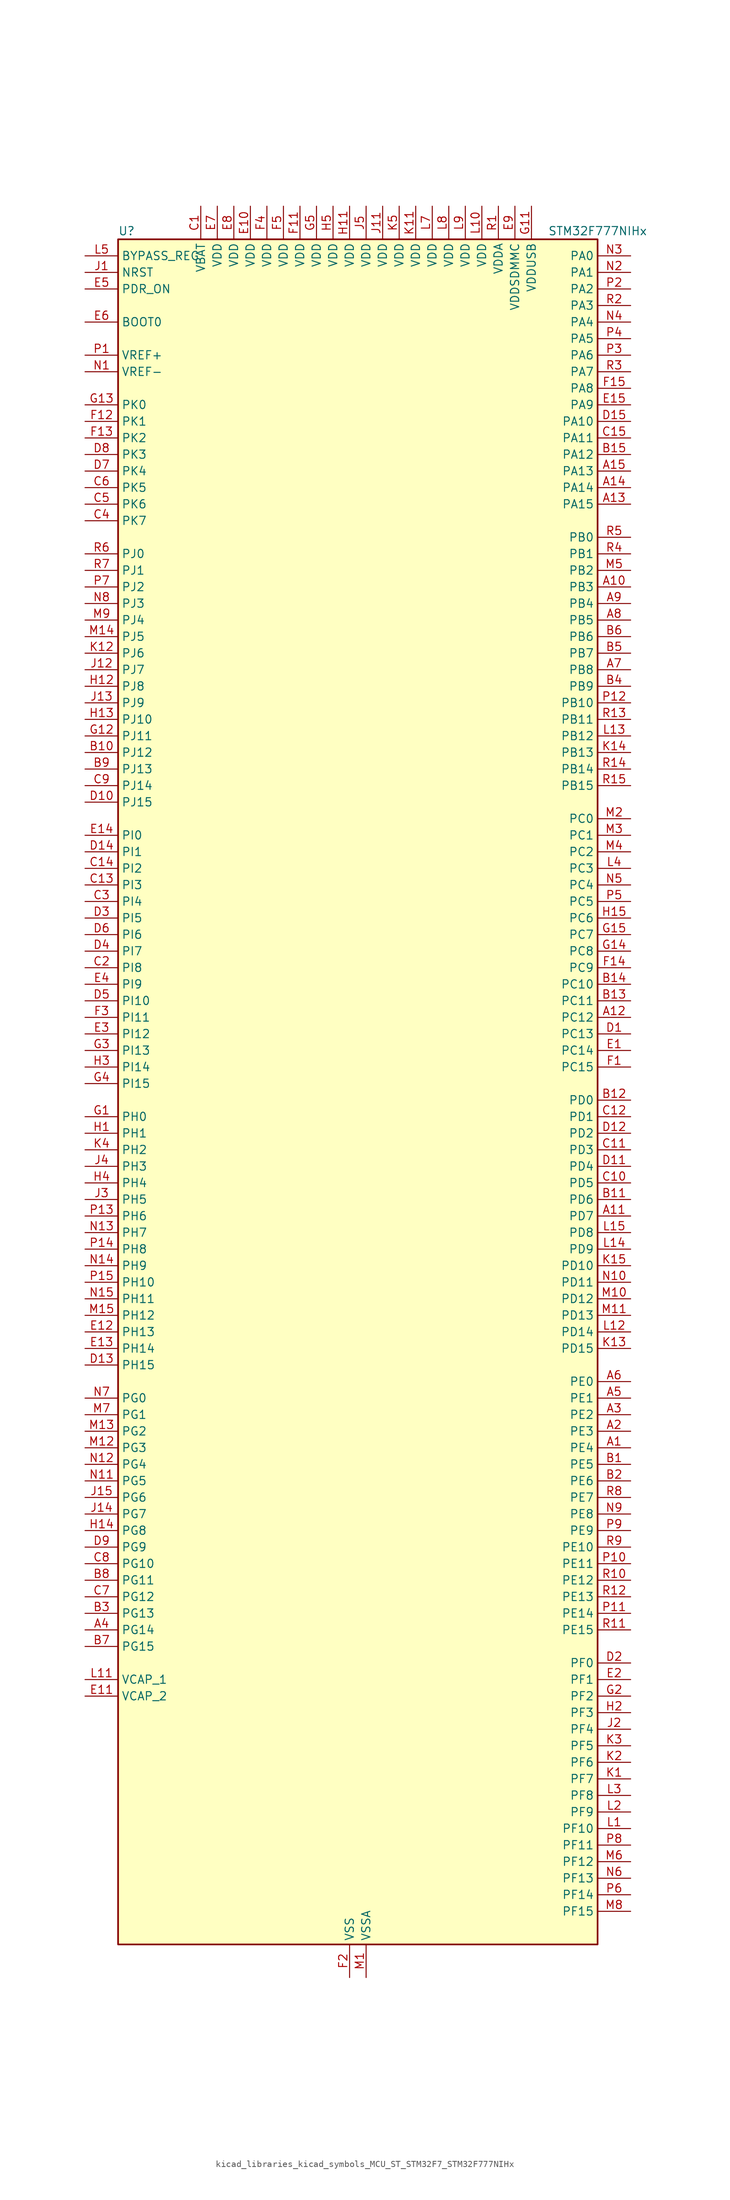
<source format=kicad_sym>
(kicad_symbol_lib
  (version 20220914)
  (generator kicad_symbol_editor)
  (symbol "kicad_libraries_kicad_symbols_MCU_ST_STM32F7_STM32F777NIHx"
    (property "Reference" "U"
      (at -35.56 133.35 0)
      (effects (font (size 1.27 1.27)) (justify left)))
    (property "Value" "STM32F777NIHx"
      (at 30.48 133.35 0)
      (effects (font (size 1.27 1.27)) (justify left)))
    (property "ki_locked" ""
      (at 0 0 0)
      (effects (font (size 1.27 1.27))))
    (symbol "kicad_libraries_kicad_symbols_MCU_ST_STM32F7_STM32F777NIHx_0_1"
      (rectangle (start -35.56 -129.54) (end 38.1 132.08) (stroke (width 0.254) (type default)) (fill (type background))))
    (symbol "kicad_libraries_kicad_symbols_MCU_ST_STM32F7_STM32F777NIHx_1_1"
      (pin bidirectional line (at 43.18 -53.34 180) (length 5.08) (name "PE4" (effects (font (size 1.27 1.27)))) (number "A1" (effects (font (size 1.27 1.27)))) (alternate "DCMI_D4" bidirectional line) (alternate "DFSDM1_DATIN3" bidirectional line) (alternate "FMC_A20" bidirectional line) (alternate "LTDC_B0" bidirectional line) (alternate "SAI1_FS_A" bidirectional line) (alternate "SPI4_NSS" bidirectional line) (alternate "SYS_TRACED1" bidirectional line))
      (pin bidirectional line (at 43.18 78.74 180) (length 5.08) (name "PB3" (effects (font (size 1.27 1.27)))) (number "A10" (effects (font (size 1.27 1.27)))) (alternate "CAN3_RX" bidirectional line) (alternate "I2S1_CK" bidirectional line) (alternate "I2S3_CK" bidirectional line) (alternate "SDMMC2_D2" bidirectional line) (alternate "SPI1_SCK" bidirectional line) (alternate "SPI3_SCK" bidirectional line) (alternate "SPI6_SCK" bidirectional line) (alternate "SYS_JTDO-SWO" bidirectional line) (alternate "TIM2_CH2" bidirectional line) (alternate "UART7_RX" bidirectional line))
      (pin bidirectional line (at 43.18 -17.78 180) (length 5.08) (name "PD7" (effects (font (size 1.27 1.27)))) (number "A11" (effects (font (size 1.27 1.27)))) (alternate "DFSDM1_CKIN1" bidirectional line) (alternate "DFSDM1_DATIN4" bidirectional line) (alternate "FMC_NE1" bidirectional line) (alternate "I2S1_SD" bidirectional line) (alternate "SDMMC2_CMD" bidirectional line) (alternate "SPDIFRX_IN0" bidirectional line) (alternate "SPI1_MOSI" bidirectional line) (alternate "USART2_CK" bidirectional line))
      (pin bidirectional line (at 43.18 12.7 180) (length 5.08) (name "PC12" (effects (font (size 1.27 1.27)))) (number "A12" (effects (font (size 1.27 1.27)))) (alternate "DCMI_D9" bidirectional line) (alternate "I2S3_SD" bidirectional line) (alternate "SDMMC1_CK" bidirectional line) (alternate "SPI3_MOSI" bidirectional line) (alternate "SYS_TRACED3" bidirectional line) (alternate "UART5_TX" bidirectional line) (alternate "USART3_CK" bidirectional line))
      (pin bidirectional line (at 43.18 91.44 180) (length 5.08) (name "PA15" (effects (font (size 1.27 1.27)))) (number "A13" (effects (font (size 1.27 1.27)))) (alternate "CAN3_TX" bidirectional line) (alternate "CEC" bidirectional line) (alternate "I2S1_WS" bidirectional line) (alternate "I2S3_WS" bidirectional line) (alternate "SPI1_NSS" bidirectional line) (alternate "SPI3_NSS" bidirectional line) (alternate "SPI6_NSS" bidirectional line) (alternate "SYS_JTDI" bidirectional line) (alternate "TIM2_CH1" bidirectional line) (alternate "TIM2_ETR" bidirectional line) (alternate "UART4_DE" bidirectional line) (alternate "UART4_RTS" bidirectional line) (alternate "UART7_TX" bidirectional line))
      (pin bidirectional line (at 43.18 93.98 180) (length 5.08) (name "PA14" (effects (font (size 1.27 1.27)))) (number "A14" (effects (font (size 1.27 1.27)))) (alternate "SYS_JTCK-SWCLK" bidirectional line))
      (pin bidirectional line (at 43.18 96.52 180) (length 5.08) (name "PA13" (effects (font (size 1.27 1.27)))) (number "A15" (effects (font (size 1.27 1.27)))) (alternate "SYS_JTMS-SWDIO" bidirectional line))
      (pin bidirectional line (at 43.18 -50.8 180) (length 5.08) (name "PE3" (effects (font (size 1.27 1.27)))) (number "A2" (effects (font (size 1.27 1.27)))) (alternate "FMC_A19" bidirectional line) (alternate "SAI1_SD_B" bidirectional line) (alternate "SYS_TRACED0" bidirectional line))
      (pin bidirectional line (at 43.18 -48.26 180) (length 5.08) (name "PE2" (effects (font (size 1.27 1.27)))) (number "A3" (effects (font (size 1.27 1.27)))) (alternate "ETH_TXD3" bidirectional line) (alternate "FMC_A23" bidirectional line) (alternate "QUADSPI_BK1_IO2" bidirectional line) (alternate "SAI1_MCLK_A" bidirectional line) (alternate "SPI4_SCK" bidirectional line) (alternate "SYS_TRACECLK" bidirectional line))
      (pin bidirectional line (at -40.64 -81.28 0) (length 5.08) (name "PG14" (effects (font (size 1.27 1.27)))) (number "A4" (effects (font (size 1.27 1.27)))) (alternate "ETH_TXD1" bidirectional line) (alternate "FMC_A25" bidirectional line) (alternate "LPTIM1_ETR" bidirectional line) (alternate "LTDC_B0" bidirectional line) (alternate "QUADSPI_BK2_IO3" bidirectional line) (alternate "SPI6_MOSI" bidirectional line) (alternate "SYS_TRACED1" bidirectional line) (alternate "USART6_TX" bidirectional line))
      (pin bidirectional line (at 43.18 -45.72 180) (length 5.08) (name "PE1" (effects (font (size 1.27 1.27)))) (number "A5" (effects (font (size 1.27 1.27)))) (alternate "DCMI_D3" bidirectional line) (alternate "FMC_NBL1" bidirectional line) (alternate "LPTIM1_IN2" bidirectional line) (alternate "UART8_TX" bidirectional line))
      (pin bidirectional line (at 43.18 -43.18 180) (length 5.08) (name "PE0" (effects (font (size 1.27 1.27)))) (number "A6" (effects (font (size 1.27 1.27)))) (alternate "DCMI_D2" bidirectional line) (alternate "FMC_NBL0" bidirectional line) (alternate "LPTIM1_ETR" bidirectional line) (alternate "SAI2_MCLK_A" bidirectional line) (alternate "TIM4_ETR" bidirectional line) (alternate "UART8_RX" bidirectional line))
      (pin bidirectional line (at 43.18 66.04 180) (length 5.08) (name "PB8" (effects (font (size 1.27 1.27)))) (number "A7" (effects (font (size 1.27 1.27)))) (alternate "CAN1_RX" bidirectional line) (alternate "DCMI_D6" bidirectional line) (alternate "DFSDM1_CKIN7" bidirectional line) (alternate "ETH_TXD3" bidirectional line) (alternate "I2C1_SCL" bidirectional line) (alternate "I2C4_SCL" bidirectional line) (alternate "LTDC_B6" bidirectional line) (alternate "SDMMC1_D4" bidirectional line) (alternate "SDMMC2_D4" bidirectional line) (alternate "TIM10_CH1" bidirectional line) (alternate "TIM4_CH3" bidirectional line) (alternate "UART5_RX" bidirectional line))
      (pin bidirectional line (at 43.18 73.66 180) (length 5.08) (name "PB5" (effects (font (size 1.27 1.27)))) (number "A8" (effects (font (size 1.27 1.27)))) (alternate "CAN2_RX" bidirectional line) (alternate "DCMI_D10" bidirectional line) (alternate "ETH_PPS_OUT" bidirectional line) (alternate "FMC_SDCKE1" bidirectional line) (alternate "I2C1_SMBA" bidirectional line) (alternate "I2S1_SD" bidirectional line) (alternate "I2S3_SD" bidirectional line) (alternate "LTDC_G7" bidirectional line) (alternate "SPI1_MOSI" bidirectional line) (alternate "SPI3_MOSI" bidirectional line) (alternate "SPI6_MOSI" bidirectional line) (alternate "TIM3_CH2" bidirectional line) (alternate "UART5_RX" bidirectional line) (alternate "USB_OTG_HS_ULPI_D7" bidirectional line))
      (pin bidirectional line (at 43.18 76.2 180) (length 5.08) (name "PB4" (effects (font (size 1.27 1.27)))) (number "A9" (effects (font (size 1.27 1.27)))) (alternate "CAN3_TX" bidirectional line) (alternate "I2S2_WS" bidirectional line) (alternate "SDMMC2_D3" bidirectional line) (alternate "SPI1_MISO" bidirectional line) (alternate "SPI2_NSS" bidirectional line) (alternate "SPI3_MISO" bidirectional line) (alternate "SPI6_MISO" bidirectional line) (alternate "SYS_JTRST" bidirectional line) (alternate "TIM3_CH1" bidirectional line) (alternate "UART7_TX" bidirectional line))
      (pin bidirectional line (at 43.18 -55.88 180) (length 5.08) (name "PE5" (effects (font (size 1.27 1.27)))) (number "B1" (effects (font (size 1.27 1.27)))) (alternate "DCMI_D6" bidirectional line) (alternate "DFSDM1_CKIN3" bidirectional line) (alternate "FMC_A21" bidirectional line) (alternate "LTDC_G0" bidirectional line) (alternate "SAI1_SCK_A" bidirectional line) (alternate "SPI4_MISO" bidirectional line) (alternate "SYS_TRACED2" bidirectional line) (alternate "TIM9_CH1" bidirectional line))
      (pin bidirectional line (at -40.64 53.34 0) (length 5.08) (name "PJ12" (effects (font (size 1.27 1.27)))) (number "B10" (effects (font (size 1.27 1.27)))) (alternate "LTDC_B0" bidirectional line) (alternate "LTDC_G3" bidirectional line))
      (pin bidirectional line (at 43.18 -15.24 180) (length 5.08) (name "PD6" (effects (font (size 1.27 1.27)))) (number "B11" (effects (font (size 1.27 1.27)))) (alternate "DCMI_D10" bidirectional line) (alternate "DFSDM1_CKIN4" bidirectional line) (alternate "DFSDM1_DATIN1" bidirectional line) (alternate "FMC_NWAIT" bidirectional line) (alternate "I2S3_SD" bidirectional line) (alternate "LTDC_B2" bidirectional line) (alternate "SAI1_SD_A" bidirectional line) (alternate "SDMMC2_CK" bidirectional line) (alternate "SPI3_MOSI" bidirectional line) (alternate "USART2_RX" bidirectional line))
      (pin bidirectional line (at 43.18 0 180) (length 5.08) (name "PD0" (effects (font (size 1.27 1.27)))) (number "B12" (effects (font (size 1.27 1.27)))) (alternate "CAN1_RX" bidirectional line) (alternate "DFSDM1_CKIN6" bidirectional line) (alternate "DFSDM1_DATIN7" bidirectional line) (alternate "FMC_D2" bidirectional line) (alternate "FMC_DA2" bidirectional line) (alternate "UART4_RX" bidirectional line))
      (pin bidirectional line (at 43.18 15.24 180) (length 5.08) (name "PC11" (effects (font (size 1.27 1.27)))) (number "B13" (effects (font (size 1.27 1.27)))) (alternate "ADC1_EXTI11" bidirectional line) (alternate "ADC2_EXTI11" bidirectional line) (alternate "ADC3_EXTI11" bidirectional line) (alternate "DCMI_D4" bidirectional line) (alternate "DFSDM1_DATIN5" bidirectional line) (alternate "QUADSPI_BK2_NCS" bidirectional line) (alternate "SDMMC1_D3" bidirectional line) (alternate "SPI3_MISO" bidirectional line) (alternate "UART4_RX" bidirectional line) (alternate "USART3_RX" bidirectional line))
      (pin bidirectional line (at 43.18 17.78 180) (length 5.08) (name "PC10" (effects (font (size 1.27 1.27)))) (number "B14" (effects (font (size 1.27 1.27)))) (alternate "DCMI_D8" bidirectional line) (alternate "DFSDM1_CKIN5" bidirectional line) (alternate "I2S3_CK" bidirectional line) (alternate "LTDC_R2" bidirectional line) (alternate "QUADSPI_BK1_IO1" bidirectional line) (alternate "SDMMC1_D2" bidirectional line) (alternate "SPI3_SCK" bidirectional line) (alternate "UART4_TX" bidirectional line) (alternate "USART3_TX" bidirectional line))
      (pin bidirectional line (at 43.18 99.06 180) (length 5.08) (name "PA12" (effects (font (size 1.27 1.27)))) (number "B15" (effects (font (size 1.27 1.27)))) (alternate "CAN1_TX" bidirectional line) (alternate "I2S2_CK" bidirectional line) (alternate "LTDC_R5" bidirectional line) (alternate "SAI2_FS_B" bidirectional line) (alternate "SPI2_SCK" bidirectional line) (alternate "TIM1_ETR" bidirectional line) (alternate "UART4_TX" bidirectional line) (alternate "USART1_DE" bidirectional line) (alternate "USART1_RTS" bidirectional line) (alternate "USB_OTG_FS_DP" bidirectional line))
      (pin bidirectional line (at 43.18 -58.42 180) (length 5.08) (name "PE6" (effects (font (size 1.27 1.27)))) (number "B2" (effects (font (size 1.27 1.27)))) (alternate "DCMI_D7" bidirectional line) (alternate "FMC_A22" bidirectional line) (alternate "LTDC_G1" bidirectional line) (alternate "SAI1_SD_A" bidirectional line) (alternate "SAI2_MCLK_B" bidirectional line) (alternate "SPI4_MOSI" bidirectional line) (alternate "SYS_TRACED3" bidirectional line) (alternate "TIM1_BKIN2" bidirectional line) (alternate "TIM9_CH2" bidirectional line))
      (pin bidirectional line (at -40.64 -78.74 0) (length 5.08) (name "PG13" (effects (font (size 1.27 1.27)))) (number "B3" (effects (font (size 1.27 1.27)))) (alternate "ETH_TXD0" bidirectional line) (alternate "FMC_A24" bidirectional line) (alternate "LPTIM1_OUT" bidirectional line) (alternate "LTDC_R0" bidirectional line) (alternate "SPI6_SCK" bidirectional line) (alternate "SYS_TRACED0" bidirectional line) (alternate "USART6_CTS" bidirectional line))
      (pin bidirectional line (at 43.18 63.5 180) (length 5.08) (name "PB9" (effects (font (size 1.27 1.27)))) (number "B4" (effects (font (size 1.27 1.27)))) (alternate "CAN1_TX" bidirectional line) (alternate "DAC_EXTI9" bidirectional line) (alternate "DCMI_D7" bidirectional line) (alternate "DFSDM1_DATIN7" bidirectional line) (alternate "I2C1_SDA" bidirectional line) (alternate "I2C4_SDA" bidirectional line) (alternate "I2C4_SMBA" bidirectional line) (alternate "I2S2_WS" bidirectional line) (alternate "LTDC_B7" bidirectional line) (alternate "SDMMC1_D5" bidirectional line) (alternate "SDMMC2_D5" bidirectional line) (alternate "SPI2_NSS" bidirectional line) (alternate "TIM11_CH1" bidirectional line) (alternate "TIM4_CH4" bidirectional line) (alternate "UART5_TX" bidirectional line))
      (pin bidirectional line (at 43.18 68.58 180) (length 5.08) (name "PB7" (effects (font (size 1.27 1.27)))) (number "B5" (effects (font (size 1.27 1.27)))) (alternate "DCMI_VSYNC" bidirectional line) (alternate "DFSDM1_CKIN5" bidirectional line) (alternate "FMC_NL" bidirectional line) (alternate "I2C1_SDA" bidirectional line) (alternate "I2C4_SDA" bidirectional line) (alternate "TIM4_CH2" bidirectional line) (alternate "USART1_RX" bidirectional line))
      (pin bidirectional line (at 43.18 71.12 180) (length 5.08) (name "PB6" (effects (font (size 1.27 1.27)))) (number "B6" (effects (font (size 1.27 1.27)))) (alternate "CAN2_TX" bidirectional line) (alternate "CEC" bidirectional line) (alternate "DCMI_D5" bidirectional line) (alternate "DFSDM1_DATIN5" bidirectional line) (alternate "FMC_SDNE1" bidirectional line) (alternate "I2C1_SCL" bidirectional line) (alternate "I2C4_SCL" bidirectional line) (alternate "QUADSPI_BK1_NCS" bidirectional line) (alternate "TIM4_CH1" bidirectional line) (alternate "UART5_TX" bidirectional line) (alternate "USART1_TX" bidirectional line))
      (pin bidirectional line (at -40.64 -83.82 0) (length 5.08) (name "PG15" (effects (font (size 1.27 1.27)))) (number "B7" (effects (font (size 1.27 1.27)))) (alternate "DCMI_D13" bidirectional line) (alternate "FMC_SDNCAS" bidirectional line) (alternate "USART6_CTS" bidirectional line))
      (pin bidirectional line (at -40.64 -73.66 0) (length 5.08) (name "PG11" (effects (font (size 1.27 1.27)))) (number "B8" (effects (font (size 1.27 1.27)))) (alternate "ADC1_EXTI11" bidirectional line) (alternate "ADC2_EXTI11" bidirectional line) (alternate "ADC3_EXTI11" bidirectional line) (alternate "DCMI_D3" bidirectional line) (alternate "ETH_TX_EN" bidirectional line) (alternate "I2S1_CK" bidirectional line) (alternate "LTDC_B3" bidirectional line) (alternate "SDMMC2_D2" bidirectional line) (alternate "SPDIFRX_IN0" bidirectional line) (alternate "SPI1_SCK" bidirectional line))
      (pin bidirectional line (at -40.64 50.8 0) (length 5.08) (name "PJ13" (effects (font (size 1.27 1.27)))) (number "B9" (effects (font (size 1.27 1.27)))) (alternate "LTDC_B1" bidirectional line) (alternate "LTDC_G4" bidirectional line))
      (pin power_in line (at -22.86 137.16 270) (length 5.08) (name "VBAT" (effects (font (size 1.27 1.27)))) (number "C1" (effects (font (size 1.27 1.27)))))
      (pin bidirectional line (at 43.18 -12.7 180) (length 5.08) (name "PD5" (effects (font (size 1.27 1.27)))) (number "C10" (effects (font (size 1.27 1.27)))) (alternate "FMC_NWE" bidirectional line) (alternate "USART2_TX" bidirectional line))
      (pin bidirectional line (at 43.18 -7.62 180) (length 5.08) (name "PD3" (effects (font (size 1.27 1.27)))) (number "C11" (effects (font (size 1.27 1.27)))) (alternate "DCMI_D5" bidirectional line) (alternate "DFSDM1_CKOUT" bidirectional line) (alternate "DFSDM1_DATIN0" bidirectional line) (alternate "FMC_CLK" bidirectional line) (alternate "I2S2_CK" bidirectional line) (alternate "LTDC_G7" bidirectional line) (alternate "SPI2_SCK" bidirectional line) (alternate "USART2_CTS" bidirectional line))
      (pin bidirectional line (at 43.18 -2.54 180) (length 5.08) (name "PD1" (effects (font (size 1.27 1.27)))) (number "C12" (effects (font (size 1.27 1.27)))) (alternate "CAN1_TX" bidirectional line) (alternate "DFSDM1_CKIN7" bidirectional line) (alternate "DFSDM1_DATIN6" bidirectional line) (alternate "FMC_D3" bidirectional line) (alternate "FMC_DA3" bidirectional line) (alternate "UART4_TX" bidirectional line))
      (pin bidirectional line (at -40.64 33.02 0) (length 5.08) (name "PI3" (effects (font (size 1.27 1.27)))) (number "C13" (effects (font (size 1.27 1.27)))) (alternate "DCMI_D10" bidirectional line) (alternate "FMC_D27" bidirectional line) (alternate "I2S2_SD" bidirectional line) (alternate "SPI2_MOSI" bidirectional line) (alternate "TIM8_ETR" bidirectional line))
      (pin bidirectional line (at -40.64 35.56 0) (length 5.08) (name "PI2" (effects (font (size 1.27 1.27)))) (number "C14" (effects (font (size 1.27 1.27)))) (alternate "DCMI_D9" bidirectional line) (alternate "FMC_D26" bidirectional line) (alternate "LTDC_G7" bidirectional line) (alternate "SPI2_MISO" bidirectional line) (alternate "TIM8_CH4" bidirectional line))
      (pin bidirectional line (at 43.18 101.6 180) (length 5.08) (name "PA11" (effects (font (size 1.27 1.27)))) (number "C15" (effects (font (size 1.27 1.27)))) (alternate "ADC1_EXTI11" bidirectional line) (alternate "ADC2_EXTI11" bidirectional line) (alternate "ADC3_EXTI11" bidirectional line) (alternate "CAN1_RX" bidirectional line) (alternate "I2S2_WS" bidirectional line) (alternate "LTDC_R4" bidirectional line) (alternate "SPI2_NSS" bidirectional line) (alternate "TIM1_CH4" bidirectional line) (alternate "UART4_RX" bidirectional line) (alternate "USART1_CTS" bidirectional line) (alternate "USB_OTG_FS_DM" bidirectional line))
      (pin bidirectional line (at -40.64 20.32 0) (length 5.08) (name "PI8" (effects (font (size 1.27 1.27)))) (number "C2" (effects (font (size 1.27 1.27)))) (alternate "RTC_TAMP2" bidirectional line) (alternate "RTC_TS" bidirectional line) (alternate "SYS_WKUP5" bidirectional line))
      (pin bidirectional line (at -40.64 30.48 0) (length 5.08) (name "PI4" (effects (font (size 1.27 1.27)))) (number "C3" (effects (font (size 1.27 1.27)))) (alternate "DCMI_D5" bidirectional line) (alternate "FMC_NBL2" bidirectional line) (alternate "LTDC_B4" bidirectional line) (alternate "SAI2_MCLK_A" bidirectional line) (alternate "TIM8_BKIN" bidirectional line))
      (pin bidirectional line (at -40.64 88.9 0) (length 5.08) (name "PK7" (effects (font (size 1.27 1.27)))) (number "C4" (effects (font (size 1.27 1.27)))) (alternate "LTDC_DE" bidirectional line))
      (pin bidirectional line (at -40.64 91.44 0) (length 5.08) (name "PK6" (effects (font (size 1.27 1.27)))) (number "C5" (effects (font (size 1.27 1.27)))) (alternate "LTDC_B7" bidirectional line))
      (pin bidirectional line (at -40.64 93.98 0) (length 5.08) (name "PK5" (effects (font (size 1.27 1.27)))) (number "C6" (effects (font (size 1.27 1.27)))) (alternate "LTDC_B6" bidirectional line))
      (pin bidirectional line (at -40.64 -76.2 0) (length 5.08) (name "PG12" (effects (font (size 1.27 1.27)))) (number "C7" (effects (font (size 1.27 1.27)))) (alternate "FMC_NE4" bidirectional line) (alternate "LPTIM1_IN1" bidirectional line) (alternate "LTDC_B1" bidirectional line) (alternate "LTDC_B4" bidirectional line) (alternate "SDMMC2_D3" bidirectional line) (alternate "SPDIFRX_IN1" bidirectional line) (alternate "SPI6_MISO" bidirectional line) (alternate "USART6_DE" bidirectional line) (alternate "USART6_RTS" bidirectional line))
      (pin bidirectional line (at -40.64 -71.12 0) (length 5.08) (name "PG10" (effects (font (size 1.27 1.27)))) (number "C8" (effects (font (size 1.27 1.27)))) (alternate "DCMI_D2" bidirectional line) (alternate "FMC_NE3" bidirectional line) (alternate "I2S1_WS" bidirectional line) (alternate "LTDC_B2" bidirectional line) (alternate "LTDC_G3" bidirectional line) (alternate "SAI2_SD_B" bidirectional line) (alternate "SDMMC2_D1" bidirectional line) (alternate "SPI1_NSS" bidirectional line))
      (pin bidirectional line (at -40.64 48.26 0) (length 5.08) (name "PJ14" (effects (font (size 1.27 1.27)))) (number "C9" (effects (font (size 1.27 1.27)))) (alternate "LTDC_B2" bidirectional line))
      (pin bidirectional line (at 43.18 10.16 180) (length 5.08) (name "PC13" (effects (font (size 1.27 1.27)))) (number "D1" (effects (font (size 1.27 1.27)))) (alternate "RTC_OUT" bidirectional line) (alternate "RTC_TAMP1" bidirectional line) (alternate "RTC_TS" bidirectional line) (alternate "SYS_WKUP4" bidirectional line))
      (pin bidirectional line (at -40.64 45.72 0) (length 5.08) (name "PJ15" (effects (font (size 1.27 1.27)))) (number "D10" (effects (font (size 1.27 1.27)))) (alternate "LTDC_B3" bidirectional line))
      (pin bidirectional line (at 43.18 -10.16 180) (length 5.08) (name "PD4" (effects (font (size 1.27 1.27)))) (number "D11" (effects (font (size 1.27 1.27)))) (alternate "DFSDM1_CKIN0" bidirectional line) (alternate "FMC_NOE" bidirectional line) (alternate "USART2_DE" bidirectional line) (alternate "USART2_RTS" bidirectional line))
      (pin bidirectional line (at 43.18 -5.08 180) (length 5.08) (name "PD2" (effects (font (size 1.27 1.27)))) (number "D12" (effects (font (size 1.27 1.27)))) (alternate "DCMI_D11" bidirectional line) (alternate "SDMMC1_CMD" bidirectional line) (alternate "SYS_TRACED2" bidirectional line) (alternate "TIM3_ETR" bidirectional line) (alternate "UART5_RX" bidirectional line))
      (pin bidirectional line (at -40.64 -40.64 0) (length 5.08) (name "PH15" (effects (font (size 1.27 1.27)))) (number "D13" (effects (font (size 1.27 1.27)))) (alternate "DCMI_D11" bidirectional line) (alternate "FMC_D23" bidirectional line) (alternate "LTDC_G4" bidirectional line) (alternate "TIM8_CH3N" bidirectional line))
      (pin bidirectional line (at -40.64 38.1 0) (length 5.08) (name "PI1" (effects (font (size 1.27 1.27)))) (number "D14" (effects (font (size 1.27 1.27)))) (alternate "DCMI_D8" bidirectional line) (alternate "FMC_D25" bidirectional line) (alternate "I2S2_CK" bidirectional line) (alternate "LTDC_G6" bidirectional line) (alternate "SPI2_SCK" bidirectional line) (alternate "TIM8_BKIN2" bidirectional line))
      (pin bidirectional line (at 43.18 104.14 180) (length 5.08) (name "PA10" (effects (font (size 1.27 1.27)))) (number "D15" (effects (font (size 1.27 1.27)))) (alternate "DCMI_D1" bidirectional line) (alternate "LTDC_B1" bidirectional line) (alternate "LTDC_B4" bidirectional line) (alternate "MDIOS_MDIO" bidirectional line) (alternate "TIM1_CH3" bidirectional line) (alternate "USART1_RX" bidirectional line) (alternate "USB_OTG_FS_ID" bidirectional line))
      (pin bidirectional line (at 43.18 -86.36 180) (length 5.08) (name "PF0" (effects (font (size 1.27 1.27)))) (number "D2" (effects (font (size 1.27 1.27)))) (alternate "FMC_A0" bidirectional line) (alternate "I2C2_SDA" bidirectional line))
      (pin bidirectional line (at -40.64 27.94 0) (length 5.08) (name "PI5" (effects (font (size 1.27 1.27)))) (number "D3" (effects (font (size 1.27 1.27)))) (alternate "DCMI_VSYNC" bidirectional line) (alternate "FMC_NBL3" bidirectional line) (alternate "LTDC_B5" bidirectional line) (alternate "SAI2_SCK_A" bidirectional line) (alternate "TIM8_CH1" bidirectional line))
      (pin bidirectional line (at -40.64 22.86 0) (length 5.08) (name "PI7" (effects (font (size 1.27 1.27)))) (number "D4" (effects (font (size 1.27 1.27)))) (alternate "DCMI_D7" bidirectional line) (alternate "FMC_D29" bidirectional line) (alternate "LTDC_B7" bidirectional line) (alternate "SAI2_FS_A" bidirectional line) (alternate "TIM8_CH3" bidirectional line))
      (pin bidirectional line (at -40.64 15.24 0) (length 5.08) (name "PI10" (effects (font (size 1.27 1.27)))) (number "D5" (effects (font (size 1.27 1.27)))) (alternate "ETH_RX_ER" bidirectional line) (alternate "FMC_D31" bidirectional line) (alternate "LTDC_HSYNC" bidirectional line))
      (pin bidirectional line (at -40.64 25.4 0) (length 5.08) (name "PI6" (effects (font (size 1.27 1.27)))) (number "D6" (effects (font (size 1.27 1.27)))) (alternate "DCMI_D6" bidirectional line) (alternate "FMC_D28" bidirectional line) (alternate "LTDC_B6" bidirectional line) (alternate "SAI2_SD_A" bidirectional line) (alternate "TIM8_CH2" bidirectional line))
      (pin bidirectional line (at -40.64 96.52 0) (length 5.08) (name "PK4" (effects (font (size 1.27 1.27)))) (number "D7" (effects (font (size 1.27 1.27)))) (alternate "LTDC_B5" bidirectional line))
      (pin bidirectional line (at -40.64 99.06 0) (length 5.08) (name "PK3" (effects (font (size 1.27 1.27)))) (number "D8" (effects (font (size 1.27 1.27)))) (alternate "LTDC_B4" bidirectional line))
      (pin bidirectional line (at -40.64 -68.58 0) (length 5.08) (name "PG9" (effects (font (size 1.27 1.27)))) (number "D9" (effects (font (size 1.27 1.27)))) (alternate "DAC_EXTI9" bidirectional line) (alternate "DCMI_VSYNC" bidirectional line) (alternate "FMC_NCE" bidirectional line) (alternate "FMC_NE2" bidirectional line) (alternate "QUADSPI_BK2_IO2" bidirectional line) (alternate "SAI2_FS_B" bidirectional line) (alternate "SDMMC2_D0" bidirectional line) (alternate "SPDIFRX_IN3" bidirectional line) (alternate "SPI1_MISO" bidirectional line) (alternate "USART6_RX" bidirectional line))
      (pin bidirectional line (at 43.18 7.62 180) (length 5.08) (name "PC14" (effects (font (size 1.27 1.27)))) (number "E1" (effects (font (size 1.27 1.27)))) (alternate "RCC_OSC32_IN" bidirectional line))
      (pin power_in line (at -15.24 137.16 270) (length 5.08) (name "VDD" (effects (font (size 1.27 1.27)))) (number "E10" (effects (font (size 1.27 1.27)))))
      (pin power_out line (at -40.64 -91.44 0) (length 5.08) (name "VCAP_2" (effects (font (size 1.27 1.27)))) (number "E11" (effects (font (size 1.27 1.27)))))
      (pin bidirectional line (at -40.64 -35.56 0) (length 5.08) (name "PH13" (effects (font (size 1.27 1.27)))) (number "E12" (effects (font (size 1.27 1.27)))) (alternate "CAN1_TX" bidirectional line) (alternate "FMC_D21" bidirectional line) (alternate "LTDC_G2" bidirectional line) (alternate "TIM8_CH1N" bidirectional line) (alternate "UART4_TX" bidirectional line))
      (pin bidirectional line (at -40.64 -38.1 0) (length 5.08) (name "PH14" (effects (font (size 1.27 1.27)))) (number "E13" (effects (font (size 1.27 1.27)))) (alternate "CAN1_RX" bidirectional line) (alternate "DCMI_D4" bidirectional line) (alternate "FMC_D22" bidirectional line) (alternate "LTDC_G3" bidirectional line) (alternate "TIM8_CH2N" bidirectional line) (alternate "UART4_RX" bidirectional line))
      (pin bidirectional line (at -40.64 40.64 0) (length 5.08) (name "PI0" (effects (font (size 1.27 1.27)))) (number "E14" (effects (font (size 1.27 1.27)))) (alternate "DCMI_D13" bidirectional line) (alternate "FMC_D24" bidirectional line) (alternate "I2S2_WS" bidirectional line) (alternate "LTDC_G5" bidirectional line) (alternate "SPI2_NSS" bidirectional line) (alternate "TIM5_CH4" bidirectional line))
      (pin bidirectional line (at 43.18 106.68 180) (length 5.08) (name "PA9" (effects (font (size 1.27 1.27)))) (number "E15" (effects (font (size 1.27 1.27)))) (alternate "DAC_EXTI9" bidirectional line) (alternate "DCMI_D0" bidirectional line) (alternate "I2C3_SMBA" bidirectional line) (alternate "I2S2_CK" bidirectional line) (alternate "LTDC_R5" bidirectional line) (alternate "SPI2_SCK" bidirectional line) (alternate "TIM1_CH2" bidirectional line) (alternate "USART1_TX" bidirectional line) (alternate "USB_OTG_FS_VBUS" bidirectional line))
      (pin bidirectional line (at 43.18 -88.9 180) (length 5.08) (name "PF1" (effects (font (size 1.27 1.27)))) (number "E2" (effects (font (size 1.27 1.27)))) (alternate "FMC_A1" bidirectional line) (alternate "I2C2_SCL" bidirectional line))
      (pin bidirectional line (at -40.64 10.16 0) (length 5.08) (name "PI12" (effects (font (size 1.27 1.27)))) (number "E3" (effects (font (size 1.27 1.27)))) (alternate "LTDC_HSYNC" bidirectional line))
      (pin bidirectional line (at -40.64 17.78 0) (length 5.08) (name "PI9" (effects (font (size 1.27 1.27)))) (number "E4" (effects (font (size 1.27 1.27)))) (alternate "CAN1_RX" bidirectional line) (alternate "DAC_EXTI9" bidirectional line) (alternate "FMC_D30" bidirectional line) (alternate "LTDC_VSYNC" bidirectional line) (alternate "UART4_RX" bidirectional line))
      (pin input line (at -40.64 124.46 0) (length 5.08) (name "PDR_ON" (effects (font (size 1.27 1.27)))) (number "E5" (effects (font (size 1.27 1.27)))))
      (pin input line (at -40.64 119.38 0) (length 5.08) (name "BOOT0" (effects (font (size 1.27 1.27)))) (number "E6" (effects (font (size 1.27 1.27)))))
      (pin power_in line (at -20.32 137.16 270) (length 5.08) (name "VDD" (effects (font (size 1.27 1.27)))) (number "E7" (effects (font (size 1.27 1.27)))))
      (pin power_in line (at -17.78 137.16 270) (length 5.08) (name "VDD" (effects (font (size 1.27 1.27)))) (number "E8" (effects (font (size 1.27 1.27)))))
      (pin power_in line (at 25.4 137.16 270) (length 5.08) (name "VDDSDMMC" (effects (font (size 1.27 1.27)))) (number "E9" (effects (font (size 1.27 1.27)))))
      (pin bidirectional line (at 43.18 5.08 180) (length 5.08) (name "PC15" (effects (font (size 1.27 1.27)))) (number "F1" (effects (font (size 1.27 1.27)))) (alternate "RCC_OSC32_OUT" bidirectional line))
      (pin passive line (at 0 -134.62 90) (length 5.08) hide (name "VSS" (effects (font (size 1.27 1.27)))) (number "F10" (effects (font (size 1.27 1.27)))))
      (pin power_in line (at -7.62 137.16 270) (length 5.08) (name "VDD" (effects (font (size 1.27 1.27)))) (number "F11" (effects (font (size 1.27 1.27)))))
      (pin bidirectional line (at -40.64 104.14 0) (length 5.08) (name "PK1" (effects (font (size 1.27 1.27)))) (number "F12" (effects (font (size 1.27 1.27)))) (alternate "LTDC_G6" bidirectional line))
      (pin bidirectional line (at -40.64 101.6 0) (length 5.08) (name "PK2" (effects (font (size 1.27 1.27)))) (number "F13" (effects (font (size 1.27 1.27)))) (alternate "LTDC_G7" bidirectional line))
      (pin bidirectional line (at 43.18 20.32 180) (length 5.08) (name "PC9" (effects (font (size 1.27 1.27)))) (number "F14" (effects (font (size 1.27 1.27)))) (alternate "DAC_EXTI9" bidirectional line) (alternate "DCMI_D3" bidirectional line) (alternate "I2C3_SDA" bidirectional line) (alternate "I2S_CKIN" bidirectional line) (alternate "LTDC_B2" bidirectional line) (alternate "LTDC_G3" bidirectional line) (alternate "QUADSPI_BK1_IO0" bidirectional line) (alternate "RCC_MCO_2" bidirectional line) (alternate "SDMMC1_D1" bidirectional line) (alternate "TIM3_CH4" bidirectional line) (alternate "TIM8_CH4" bidirectional line) (alternate "UART5_CTS" bidirectional line))
      (pin bidirectional line (at 43.18 109.22 180) (length 5.08) (name "PA8" (effects (font (size 1.27 1.27)))) (number "F15" (effects (font (size 1.27 1.27)))) (alternate "CAN3_RX" bidirectional line) (alternate "I2C3_SCL" bidirectional line) (alternate "LTDC_B3" bidirectional line) (alternate "LTDC_R6" bidirectional line) (alternate "RCC_MCO_1" bidirectional line) (alternate "TIM1_CH1" bidirectional line) (alternate "TIM8_BKIN2" bidirectional line) (alternate "UART7_RX" bidirectional line) (alternate "USART1_CK" bidirectional line) (alternate "USB_OTG_FS_SOF" bidirectional line))
      (pin power_in line (at 0 -134.62 90) (length 5.08) (name "VSS" (effects (font (size 1.27 1.27)))) (number "F2" (effects (font (size 1.27 1.27)))))
      (pin bidirectional line (at -40.64 12.7 0) (length 5.08) (name "PI11" (effects (font (size 1.27 1.27)))) (number "F3" (effects (font (size 1.27 1.27)))) (alternate "ADC1_EXTI11" bidirectional line) (alternate "ADC2_EXTI11" bidirectional line) (alternate "ADC3_EXTI11" bidirectional line) (alternate "LTDC_G6" bidirectional line) (alternate "SYS_WKUP6" bidirectional line) (alternate "USB_OTG_HS_ULPI_DIR" bidirectional line))
      (pin power_in line (at -12.7 137.16 270) (length 5.08) (name "VDD" (effects (font (size 1.27 1.27)))) (number "F4" (effects (font (size 1.27 1.27)))))
      (pin power_in line (at -10.16 137.16 270) (length 5.08) (name "VDD" (effects (font (size 1.27 1.27)))) (number "F5" (effects (font (size 1.27 1.27)))))
      (pin passive line (at 0 -134.62 90) (length 5.08) hide (name "VSS" (effects (font (size 1.27 1.27)))) (number "F6" (effects (font (size 1.27 1.27)))))
      (pin passive line (at 0 -134.62 90) (length 5.08) hide (name "VSS" (effects (font (size 1.27 1.27)))) (number "F7" (effects (font (size 1.27 1.27)))))
      (pin passive line (at 0 -134.62 90) (length 5.08) hide (name "VSS" (effects (font (size 1.27 1.27)))) (number "F8" (effects (font (size 1.27 1.27)))))
      (pin passive line (at 0 -134.62 90) (length 5.08) hide (name "VSS" (effects (font (size 1.27 1.27)))) (number "F9" (effects (font (size 1.27 1.27)))))
      (pin bidirectional line (at -40.64 -2.54 0) (length 5.08) (name "PH0" (effects (font (size 1.27 1.27)))) (number "G1" (effects (font (size 1.27 1.27)))) (alternate "RCC_OSC_IN" bidirectional line))
      (pin passive line (at 0 -134.62 90) (length 5.08) hide (name "VSS" (effects (font (size 1.27 1.27)))) (number "G10" (effects (font (size 1.27 1.27)))))
      (pin power_in line (at 27.94 137.16 270) (length 5.08) (name "VDDUSB" (effects (font (size 1.27 1.27)))) (number "G11" (effects (font (size 1.27 1.27)))))
      (pin bidirectional line (at -40.64 55.88 0) (length 5.08) (name "PJ11" (effects (font (size 1.27 1.27)))) (number "G12" (effects (font (size 1.27 1.27)))) (alternate "ADC1_EXTI11" bidirectional line) (alternate "ADC2_EXTI11" bidirectional line) (alternate "ADC3_EXTI11" bidirectional line) (alternate "LTDC_G4" bidirectional line))
      (pin bidirectional line (at -40.64 106.68 0) (length 5.08) (name "PK0" (effects (font (size 1.27 1.27)))) (number "G13" (effects (font (size 1.27 1.27)))) (alternate "LTDC_G5" bidirectional line))
      (pin bidirectional line (at 43.18 22.86 180) (length 5.08) (name "PC8" (effects (font (size 1.27 1.27)))) (number "G14" (effects (font (size 1.27 1.27)))) (alternate "DCMI_D2" bidirectional line) (alternate "FMC_NCE" bidirectional line) (alternate "FMC_NE2" bidirectional line) (alternate "SDMMC1_D0" bidirectional line) (alternate "SYS_TRACED1" bidirectional line) (alternate "TIM3_CH3" bidirectional line) (alternate "TIM8_CH3" bidirectional line) (alternate "UART5_DE" bidirectional line) (alternate "UART5_RTS" bidirectional line) (alternate "USART6_CK" bidirectional line))
      (pin bidirectional line (at 43.18 25.4 180) (length 5.08) (name "PC7" (effects (font (size 1.27 1.27)))) (number "G15" (effects (font (size 1.27 1.27)))) (alternate "DCMI_D1" bidirectional line) (alternate "DFSDM1_DATIN3" bidirectional line) (alternate "FMC_NE1" bidirectional line) (alternate "I2S3_MCK" bidirectional line) (alternate "LTDC_G6" bidirectional line) (alternate "SDMMC1_D7" bidirectional line) (alternate "SDMMC2_D7" bidirectional line) (alternate "TIM3_CH2" bidirectional line) (alternate "TIM8_CH2" bidirectional line) (alternate "USART6_RX" bidirectional line))
      (pin bidirectional line (at 43.18 -91.44 180) (length 5.08) (name "PF2" (effects (font (size 1.27 1.27)))) (number "G2" (effects (font (size 1.27 1.27)))) (alternate "FMC_A2" bidirectional line) (alternate "I2C2_SMBA" bidirectional line))
      (pin bidirectional line (at -40.64 7.62 0) (length 5.08) (name "PI13" (effects (font (size 1.27 1.27)))) (number "G3" (effects (font (size 1.27 1.27)))) (alternate "LTDC_VSYNC" bidirectional line))
      (pin bidirectional line (at -40.64 2.54 0) (length 5.08) (name "PI15" (effects (font (size 1.27 1.27)))) (number "G4" (effects (font (size 1.27 1.27)))) (alternate "LTDC_G2" bidirectional line) (alternate "LTDC_R0" bidirectional line))
      (pin power_in line (at -5.08 137.16 270) (length 5.08) (name "VDD" (effects (font (size 1.27 1.27)))) (number "G5" (effects (font (size 1.27 1.27)))))
      (pin passive line (at 0 -134.62 90) (length 5.08) hide (name "VSS" (effects (font (size 1.27 1.27)))) (number "G6" (effects (font (size 1.27 1.27)))))
      (pin bidirectional line (at -40.64 -5.08 0) (length 5.08) (name "PH1" (effects (font (size 1.27 1.27)))) (number "H1" (effects (font (size 1.27 1.27)))) (alternate "RCC_OSC_OUT" bidirectional line))
      (pin passive line (at 0 -134.62 90) (length 5.08) hide (name "VSS" (effects (font (size 1.27 1.27)))) (number "H10" (effects (font (size 1.27 1.27)))))
      (pin power_in line (at 0 137.16 270) (length 5.08) (name "VDD" (effects (font (size 1.27 1.27)))) (number "H11" (effects (font (size 1.27 1.27)))))
      (pin bidirectional line (at -40.64 63.5 0) (length 5.08) (name "PJ8" (effects (font (size 1.27 1.27)))) (number "H12" (effects (font (size 1.27 1.27)))) (alternate "LTDC_G1" bidirectional line))
      (pin bidirectional line (at -40.64 58.42 0) (length 5.08) (name "PJ10" (effects (font (size 1.27 1.27)))) (number "H13" (effects (font (size 1.27 1.27)))) (alternate "LTDC_G3" bidirectional line))
      (pin bidirectional line (at -40.64 -66.04 0) (length 5.08) (name "PG8" (effects (font (size 1.27 1.27)))) (number "H14" (effects (font (size 1.27 1.27)))) (alternate "ETH_PPS_OUT" bidirectional line) (alternate "FMC_SDCLK" bidirectional line) (alternate "LTDC_G7" bidirectional line) (alternate "SPDIFRX_IN2" bidirectional line) (alternate "SPI6_NSS" bidirectional line) (alternate "USART6_DE" bidirectional line) (alternate "USART6_RTS" bidirectional line))
      (pin bidirectional line (at 43.18 27.94 180) (length 5.08) (name "PC6" (effects (font (size 1.27 1.27)))) (number "H15" (effects (font (size 1.27 1.27)))) (alternate "DCMI_D0" bidirectional line) (alternate "DFSDM1_CKIN3" bidirectional line) (alternate "FMC_NWAIT" bidirectional line) (alternate "I2S2_MCK" bidirectional line) (alternate "LTDC_HSYNC" bidirectional line) (alternate "SDMMC1_D6" bidirectional line) (alternate "SDMMC2_D6" bidirectional line) (alternate "TIM3_CH1" bidirectional line) (alternate "TIM8_CH1" bidirectional line) (alternate "USART6_TX" bidirectional line))
      (pin bidirectional line (at 43.18 -93.98 180) (length 5.08) (name "PF3" (effects (font (size 1.27 1.27)))) (number "H2" (effects (font (size 1.27 1.27)))) (alternate "ADC3_IN9" bidirectional line) (alternate "FMC_A3" bidirectional line))
      (pin bidirectional line (at -40.64 5.08 0) (length 5.08) (name "PI14" (effects (font (size 1.27 1.27)))) (number "H3" (effects (font (size 1.27 1.27)))) (alternate "LTDC_CLK" bidirectional line))
      (pin bidirectional line (at -40.64 -12.7 0) (length 5.08) (name "PH4" (effects (font (size 1.27 1.27)))) (number "H4" (effects (font (size 1.27 1.27)))) (alternate "I2C2_SCL" bidirectional line) (alternate "LTDC_G4" bidirectional line) (alternate "LTDC_G5" bidirectional line) (alternate "USB_OTG_HS_ULPI_NXT" bidirectional line))
      (pin power_in line (at -2.54 137.16 270) (length 5.08) (name "VDD" (effects (font (size 1.27 1.27)))) (number "H5" (effects (font (size 1.27 1.27)))))
      (pin passive line (at 0 -134.62 90) (length 5.08) hide (name "VSS" (effects (font (size 1.27 1.27)))) (number "H6" (effects (font (size 1.27 1.27)))))
      (pin input line (at -40.64 127 0) (length 5.08) (name "NRST" (effects (font (size 1.27 1.27)))) (number "J1" (effects (font (size 1.27 1.27)))))
      (pin passive line (at 0 -134.62 90) (length 5.08) hide (name "VSS" (effects (font (size 1.27 1.27)))) (number "J10" (effects (font (size 1.27 1.27)))))
      (pin power_in line (at 5.08 137.16 270) (length 5.08) (name "VDD" (effects (font (size 1.27 1.27)))) (number "J11" (effects (font (size 1.27 1.27)))))
      (pin bidirectional line (at -40.64 66.04 0) (length 5.08) (name "PJ7" (effects (font (size 1.27 1.27)))) (number "J12" (effects (font (size 1.27 1.27)))) (alternate "LTDC_G0" bidirectional line))
      (pin bidirectional line (at -40.64 60.96 0) (length 5.08) (name "PJ9" (effects (font (size 1.27 1.27)))) (number "J13" (effects (font (size 1.27 1.27)))) (alternate "DAC_EXTI9" bidirectional line) (alternate "LTDC_G2" bidirectional line))
      (pin bidirectional line (at -40.64 -63.5 0) (length 5.08) (name "PG7" (effects (font (size 1.27 1.27)))) (number "J14" (effects (font (size 1.27 1.27)))) (alternate "DCMI_D13" bidirectional line) (alternate "FMC_INT" bidirectional line) (alternate "LTDC_CLK" bidirectional line) (alternate "SAI1_MCLK_A" bidirectional line) (alternate "USART6_CK" bidirectional line))
      (pin bidirectional line (at -40.64 -60.96 0) (length 5.08) (name "PG6" (effects (font (size 1.27 1.27)))) (number "J15" (effects (font (size 1.27 1.27)))) (alternate "DCMI_D12" bidirectional line) (alternate "FMC_NE3" bidirectional line) (alternate "LTDC_R7" bidirectional line))
      (pin bidirectional line (at 43.18 -96.52 180) (length 5.08) (name "PF4" (effects (font (size 1.27 1.27)))) (number "J2" (effects (font (size 1.27 1.27)))) (alternate "ADC3_IN14" bidirectional line) (alternate "FMC_A4" bidirectional line))
      (pin bidirectional line (at -40.64 -15.24 0) (length 5.08) (name "PH5" (effects (font (size 1.27 1.27)))) (number "J3" (effects (font (size 1.27 1.27)))) (alternate "FMC_SDNWE" bidirectional line) (alternate "I2C2_SDA" bidirectional line) (alternate "SPI5_NSS" bidirectional line))
      (pin bidirectional line (at -40.64 -10.16 0) (length 5.08) (name "PH3" (effects (font (size 1.27 1.27)))) (number "J4" (effects (font (size 1.27 1.27)))) (alternate "ETH_COL" bidirectional line) (alternate "FMC_SDNE0" bidirectional line) (alternate "LTDC_R1" bidirectional line) (alternate "QUADSPI_BK2_IO1" bidirectional line) (alternate "SAI2_MCLK_B" bidirectional line))
      (pin power_in line (at 2.54 137.16 270) (length 5.08) (name "VDD" (effects (font (size 1.27 1.27)))) (number "J5" (effects (font (size 1.27 1.27)))))
      (pin passive line (at 0 -134.62 90) (length 5.08) hide (name "VSS" (effects (font (size 1.27 1.27)))) (number "J6" (effects (font (size 1.27 1.27)))))
      (pin bidirectional line (at 43.18 -104.14 180) (length 5.08) (name "PF7" (effects (font (size 1.27 1.27)))) (number "K1" (effects (font (size 1.27 1.27)))) (alternate "ADC3_IN5" bidirectional line) (alternate "QUADSPI_BK1_IO2" bidirectional line) (alternate "SAI1_MCLK_B" bidirectional line) (alternate "SPI5_SCK" bidirectional line) (alternate "TIM11_CH1" bidirectional line) (alternate "UART7_TX" bidirectional line))
      (pin passive line (at 0 -134.62 90) (length 5.08) hide (name "VSS" (effects (font (size 1.27 1.27)))) (number "K10" (effects (font (size 1.27 1.27)))))
      (pin power_in line (at 10.16 137.16 270) (length 5.08) (name "VDD" (effects (font (size 1.27 1.27)))) (number "K11" (effects (font (size 1.27 1.27)))))
      (pin bidirectional line (at -40.64 68.58 0) (length 5.08) (name "PJ6" (effects (font (size 1.27 1.27)))) (number "K12" (effects (font (size 1.27 1.27)))) (alternate "LTDC_R7" bidirectional line))
      (pin bidirectional line (at 43.18 -38.1 180) (length 5.08) (name "PD15" (effects (font (size 1.27 1.27)))) (number "K13" (effects (font (size 1.27 1.27)))) (alternate "FMC_D1" bidirectional line) (alternate "FMC_DA1" bidirectional line) (alternate "TIM4_CH4" bidirectional line) (alternate "UART8_DE" bidirectional line) (alternate "UART8_RTS" bidirectional line))
      (pin bidirectional line (at 43.18 53.34 180) (length 5.08) (name "PB13" (effects (font (size 1.27 1.27)))) (number "K14" (effects (font (size 1.27 1.27)))) (alternate "CAN2_TX" bidirectional line) (alternate "DFSDM1_CKIN1" bidirectional line) (alternate "ETH_TXD1" bidirectional line) (alternate "I2S2_CK" bidirectional line) (alternate "SPI2_SCK" bidirectional line) (alternate "TIM1_CH1N" bidirectional line) (alternate "UART5_TX" bidirectional line) (alternate "USART3_CTS" bidirectional line) (alternate "USB_OTG_HS_ULPI_D6" bidirectional line) (alternate "USB_OTG_HS_VBUS" bidirectional line))
      (pin bidirectional line (at 43.18 -25.4 180) (length 5.08) (name "PD10" (effects (font (size 1.27 1.27)))) (number "K15" (effects (font (size 1.27 1.27)))) (alternate "DFSDM1_CKOUT" bidirectional line) (alternate "FMC_D15" bidirectional line) (alternate "FMC_DA15" bidirectional line) (alternate "LTDC_B3" bidirectional line) (alternate "USART3_CK" bidirectional line))
      (pin bidirectional line (at 43.18 -101.6 180) (length 5.08) (name "PF6" (effects (font (size 1.27 1.27)))) (number "K2" (effects (font (size 1.27 1.27)))) (alternate "ADC3_IN4" bidirectional line) (alternate "QUADSPI_BK1_IO3" bidirectional line) (alternate "SAI1_SD_B" bidirectional line) (alternate "SPI5_NSS" bidirectional line) (alternate "TIM10_CH1" bidirectional line) (alternate "UART7_RX" bidirectional line))
      (pin bidirectional line (at 43.18 -99.06 180) (length 5.08) (name "PF5" (effects (font (size 1.27 1.27)))) (number "K3" (effects (font (size 1.27 1.27)))) (alternate "ADC3_IN15" bidirectional line) (alternate "FMC_A5" bidirectional line))
      (pin bidirectional line (at -40.64 -7.62 0) (length 5.08) (name "PH2" (effects (font (size 1.27 1.27)))) (number "K4" (effects (font (size 1.27 1.27)))) (alternate "ETH_CRS" bidirectional line) (alternate "FMC_SDCKE0" bidirectional line) (alternate "LPTIM1_IN2" bidirectional line) (alternate "LTDC_R0" bidirectional line) (alternate "QUADSPI_BK2_IO0" bidirectional line) (alternate "SAI2_SCK_B" bidirectional line))
      (pin power_in line (at 7.62 137.16 270) (length 5.08) (name "VDD" (effects (font (size 1.27 1.27)))) (number "K5" (effects (font (size 1.27 1.27)))))
      (pin passive line (at 0 -134.62 90) (length 5.08) hide (name "VSS" (effects (font (size 1.27 1.27)))) (number "K6" (effects (font (size 1.27 1.27)))))
      (pin passive line (at 0 -134.62 90) (length 5.08) hide (name "VSS" (effects (font (size 1.27 1.27)))) (number "K7" (effects (font (size 1.27 1.27)))))
      (pin passive line (at 0 -134.62 90) (length 5.08) hide (name "VSS" (effects (font (size 1.27 1.27)))) (number "K8" (effects (font (size 1.27 1.27)))))
      (pin passive line (at 0 -134.62 90) (length 5.08) hide (name "VSS" (effects (font (size 1.27 1.27)))) (number "K9" (effects (font (size 1.27 1.27)))))
      (pin bidirectional line (at 43.18 -111.76 180) (length 5.08) (name "PF10" (effects (font (size 1.27 1.27)))) (number "L1" (effects (font (size 1.27 1.27)))) (alternate "ADC3_IN8" bidirectional line) (alternate "DCMI_D11" bidirectional line) (alternate "LTDC_DE" bidirectional line) (alternate "QUADSPI_CLK" bidirectional line))
      (pin power_in line (at 20.32 137.16 270) (length 5.08) (name "VDD" (effects (font (size 1.27 1.27)))) (number "L10" (effects (font (size 1.27 1.27)))))
      (pin power_out line (at -40.64 -88.9 0) (length 5.08) (name "VCAP_1" (effects (font (size 1.27 1.27)))) (number "L11" (effects (font (size 1.27 1.27)))))
      (pin bidirectional line (at 43.18 -35.56 180) (length 5.08) (name "PD14" (effects (font (size 1.27 1.27)))) (number "L12" (effects (font (size 1.27 1.27)))) (alternate "FMC_D0" bidirectional line) (alternate "FMC_DA0" bidirectional line) (alternate "TIM4_CH3" bidirectional line) (alternate "UART8_CTS" bidirectional line))
      (pin bidirectional line (at 43.18 55.88 180) (length 5.08) (name "PB12" (effects (font (size 1.27 1.27)))) (number "L13" (effects (font (size 1.27 1.27)))) (alternate "CAN2_RX" bidirectional line) (alternate "DFSDM1_DATIN1" bidirectional line) (alternate "ETH_TXD0" bidirectional line) (alternate "I2C2_SMBA" bidirectional line) (alternate "I2S2_WS" bidirectional line) (alternate "SPI2_NSS" bidirectional line) (alternate "TIM1_BKIN" bidirectional line) (alternate "UART5_RX" bidirectional line) (alternate "USART3_CK" bidirectional line) (alternate "USB_OTG_HS_ID" bidirectional line) (alternate "USB_OTG_HS_ULPI_D5" bidirectional line))
      (pin bidirectional line (at 43.18 -22.86 180) (length 5.08) (name "PD9" (effects (font (size 1.27 1.27)))) (number "L14" (effects (font (size 1.27 1.27)))) (alternate "DAC_EXTI9" bidirectional line) (alternate "DFSDM1_DATIN3" bidirectional line) (alternate "FMC_D14" bidirectional line) (alternate "FMC_DA14" bidirectional line) (alternate "USART3_RX" bidirectional line))
      (pin bidirectional line (at 43.18 -20.32 180) (length 5.08) (name "PD8" (effects (font (size 1.27 1.27)))) (number "L15" (effects (font (size 1.27 1.27)))) (alternate "DFSDM1_CKIN3" bidirectional line) (alternate "FMC_D13" bidirectional line) (alternate "FMC_DA13" bidirectional line) (alternate "SPDIFRX_IN1" bidirectional line) (alternate "USART3_TX" bidirectional line))
      (pin bidirectional line (at 43.18 -109.22 180) (length 5.08) (name "PF9" (effects (font (size 1.27 1.27)))) (number "L2" (effects (font (size 1.27 1.27)))) (alternate "ADC3_IN7" bidirectional line) (alternate "DAC_EXTI9" bidirectional line) (alternate "QUADSPI_BK1_IO1" bidirectional line) (alternate "SAI1_FS_B" bidirectional line) (alternate "SPI5_MOSI" bidirectional line) (alternate "TIM14_CH1" bidirectional line) (alternate "UART7_CTS" bidirectional line))
      (pin bidirectional line (at 43.18 -106.68 180) (length 5.08) (name "PF8" (effects (font (size 1.27 1.27)))) (number "L3" (effects (font (size 1.27 1.27)))) (alternate "ADC3_IN6" bidirectional line) (alternate "QUADSPI_BK1_IO0" bidirectional line) (alternate "SAI1_SCK_B" bidirectional line) (alternate "SPI5_MISO" bidirectional line) (alternate "TIM13_CH1" bidirectional line) (alternate "UART7_DE" bidirectional line) (alternate "UART7_RTS" bidirectional line))
      (pin bidirectional line (at 43.18 35.56 180) (length 5.08) (name "PC3" (effects (font (size 1.27 1.27)))) (number "L4" (effects (font (size 1.27 1.27)))) (alternate "ADC1_IN13" bidirectional line) (alternate "ADC2_IN13" bidirectional line) (alternate "ADC3_IN13" bidirectional line) (alternate "DFSDM1_DATIN1" bidirectional line) (alternate "ETH_TX_CLK" bidirectional line) (alternate "FMC_SDCKE0" bidirectional line) (alternate "I2S2_SD" bidirectional line) (alternate "SPI2_MOSI" bidirectional line) (alternate "USB_OTG_HS_ULPI_NXT" bidirectional line))
      (pin input line (at -40.64 129.54 0) (length 5.08) (name "BYPASS_REG" (effects (font (size 1.27 1.27)))) (number "L5" (effects (font (size 1.27 1.27)))))
      (pin passive line (at 0 -134.62 90) (length 5.08) hide (name "VSS" (effects (font (size 1.27 1.27)))) (number "L6" (effects (font (size 1.27 1.27)))))
      (pin power_in line (at 12.7 137.16 270) (length 5.08) (name "VDD" (effects (font (size 1.27 1.27)))) (number "L7" (effects (font (size 1.27 1.27)))))
      (pin power_in line (at 15.24 137.16 270) (length 5.08) (name "VDD" (effects (font (size 1.27 1.27)))) (number "L8" (effects (font (size 1.27 1.27)))))
      (pin power_in line (at 17.78 137.16 270) (length 5.08) (name "VDD" (effects (font (size 1.27 1.27)))) (number "L9" (effects (font (size 1.27 1.27)))))
      (pin power_in line (at 2.54 -134.62 90) (length 5.08) (name "VSSA" (effects (font (size 1.27 1.27)))) (number "M1" (effects (font (size 1.27 1.27)))))
      (pin bidirectional line (at 43.18 -30.48 180) (length 5.08) (name "PD12" (effects (font (size 1.27 1.27)))) (number "M10" (effects (font (size 1.27 1.27)))) (alternate "FMC_A17" bidirectional line) (alternate "FMC_ALE" bidirectional line) (alternate "I2C4_SCL" bidirectional line) (alternate "LPTIM1_IN1" bidirectional line) (alternate "QUADSPI_BK1_IO1" bidirectional line) (alternate "SAI2_FS_A" bidirectional line) (alternate "TIM4_CH1" bidirectional line) (alternate "USART3_DE" bidirectional line) (alternate "USART3_RTS" bidirectional line))
      (pin bidirectional line (at 43.18 -33.02 180) (length 5.08) (name "PD13" (effects (font (size 1.27 1.27)))) (number "M11" (effects (font (size 1.27 1.27)))) (alternate "FMC_A18" bidirectional line) (alternate "I2C4_SDA" bidirectional line) (alternate "LPTIM1_OUT" bidirectional line) (alternate "QUADSPI_BK1_IO3" bidirectional line) (alternate "SAI2_SCK_A" bidirectional line) (alternate "TIM4_CH2" bidirectional line))
      (pin bidirectional line (at -40.64 -53.34 0) (length 5.08) (name "PG3" (effects (font (size 1.27 1.27)))) (number "M12" (effects (font (size 1.27 1.27)))) (alternate "FMC_A13" bidirectional line))
      (pin bidirectional line (at -40.64 -50.8 0) (length 5.08) (name "PG2" (effects (font (size 1.27 1.27)))) (number "M13" (effects (font (size 1.27 1.27)))) (alternate "FMC_A12" bidirectional line))
      (pin bidirectional line (at -40.64 71.12 0) (length 5.08) (name "PJ5" (effects (font (size 1.27 1.27)))) (number "M14" (effects (font (size 1.27 1.27)))) (alternate "LTDC_R6" bidirectional line))
      (pin bidirectional line (at -40.64 -33.02 0) (length 5.08) (name "PH12" (effects (font (size 1.27 1.27)))) (number "M15" (effects (font (size 1.27 1.27)))) (alternate "DCMI_D3" bidirectional line) (alternate "FMC_D20" bidirectional line) (alternate "I2C4_SDA" bidirectional line) (alternate "LTDC_R6" bidirectional line) (alternate "TIM5_CH3" bidirectional line))
      (pin bidirectional line (at 43.18 43.18 180) (length 5.08) (name "PC0" (effects (font (size 1.27 1.27)))) (number "M2" (effects (font (size 1.27 1.27)))) (alternate "ADC1_IN10" bidirectional line) (alternate "ADC2_IN10" bidirectional line) (alternate "ADC3_IN10" bidirectional line) (alternate "DFSDM1_CKIN0" bidirectional line) (alternate "DFSDM1_DATIN4" bidirectional line) (alternate "FMC_SDNWE" bidirectional line) (alternate "LTDC_R5" bidirectional line) (alternate "SAI2_FS_B" bidirectional line) (alternate "USB_OTG_HS_ULPI_STP" bidirectional line))
      (pin bidirectional line (at 43.18 40.64 180) (length 5.08) (name "PC1" (effects (font (size 1.27 1.27)))) (number "M3" (effects (font (size 1.27 1.27)))) (alternate "ADC1_IN11" bidirectional line) (alternate "ADC2_IN11" bidirectional line) (alternate "ADC3_IN11" bidirectional line) (alternate "DFSDM1_CKIN4" bidirectional line) (alternate "DFSDM1_DATIN0" bidirectional line) (alternate "ETH_MDC" bidirectional line) (alternate "I2S2_SD" bidirectional line) (alternate "MDIOS_MDC" bidirectional line) (alternate "RTC_TAMP3" bidirectional line) (alternate "RTC_TS" bidirectional line) (alternate "SAI1_SD_A" bidirectional line) (alternate "SPI2_MOSI" bidirectional line) (alternate "SYS_TRACED0" bidirectional line) (alternate "SYS_WKUP3" bidirectional line))
      (pin bidirectional line (at 43.18 38.1 180) (length 5.08) (name "PC2" (effects (font (size 1.27 1.27)))) (number "M4" (effects (font (size 1.27 1.27)))) (alternate "ADC1_IN12" bidirectional line) (alternate "ADC2_IN12" bidirectional line) (alternate "ADC3_IN12" bidirectional line) (alternate "DFSDM1_CKIN1" bidirectional line) (alternate "DFSDM1_CKOUT" bidirectional line) (alternate "ETH_TXD2" bidirectional line) (alternate "FMC_SDNE0" bidirectional line) (alternate "SPI2_MISO" bidirectional line) (alternate "USB_OTG_HS_ULPI_DIR" bidirectional line))
      (pin bidirectional line (at 43.18 81.28 180) (length 5.08) (name "PB2" (effects (font (size 1.27 1.27)))) (number "M5" (effects (font (size 1.27 1.27)))) (alternate "DFSDM1_CKIN1" bidirectional line) (alternate "I2S3_SD" bidirectional line) (alternate "QUADSPI_CLK" bidirectional line) (alternate "SAI1_SD_A" bidirectional line) (alternate "SPI3_MOSI" bidirectional line))
      (pin bidirectional line (at 43.18 -116.84 180) (length 5.08) (name "PF12" (effects (font (size 1.27 1.27)))) (number "M6" (effects (font (size 1.27 1.27)))) (alternate "FMC_A6" bidirectional line))
      (pin bidirectional line (at -40.64 -48.26 0) (length 5.08) (name "PG1" (effects (font (size 1.27 1.27)))) (number "M7" (effects (font (size 1.27 1.27)))) (alternate "FMC_A11" bidirectional line))
      (pin bidirectional line (at 43.18 -124.46 180) (length 5.08) (name "PF15" (effects (font (size 1.27 1.27)))) (number "M8" (effects (font (size 1.27 1.27)))) (alternate "FMC_A9" bidirectional line) (alternate "I2C4_SDA" bidirectional line))
      (pin bidirectional line (at -40.64 73.66 0) (length 5.08) (name "PJ4" (effects (font (size 1.27 1.27)))) (number "M9" (effects (font (size 1.27 1.27)))) (alternate "LTDC_R5" bidirectional line))
      (pin input line (at -40.64 111.76 0) (length 5.08) (name "VREF-" (effects (font (size 1.27 1.27)))) (number "N1" (effects (font (size 1.27 1.27)))))
      (pin bidirectional line (at 43.18 -27.94 180) (length 5.08) (name "PD11" (effects (font (size 1.27 1.27)))) (number "N10" (effects (font (size 1.27 1.27)))) (alternate "ADC1_EXTI11" bidirectional line) (alternate "ADC2_EXTI11" bidirectional line) (alternate "ADC3_EXTI11" bidirectional line) (alternate "FMC_A16" bidirectional line) (alternate "FMC_CLE" bidirectional line) (alternate "I2C4_SMBA" bidirectional line) (alternate "QUADSPI_BK1_IO0" bidirectional line) (alternate "SAI2_SD_A" bidirectional line) (alternate "USART3_CTS" bidirectional line))
      (pin bidirectional line (at -40.64 -58.42 0) (length 5.08) (name "PG5" (effects (font (size 1.27 1.27)))) (number "N11" (effects (font (size 1.27 1.27)))) (alternate "FMC_A15" bidirectional line) (alternate "FMC_BA1" bidirectional line))
      (pin bidirectional line (at -40.64 -55.88 0) (length 5.08) (name "PG4" (effects (font (size 1.27 1.27)))) (number "N12" (effects (font (size 1.27 1.27)))) (alternate "FMC_A14" bidirectional line) (alternate "FMC_BA0" bidirectional line))
      (pin bidirectional line (at -40.64 -20.32 0) (length 5.08) (name "PH7" (effects (font (size 1.27 1.27)))) (number "N13" (effects (font (size 1.27 1.27)))) (alternate "DCMI_D9" bidirectional line) (alternate "ETH_RXD3" bidirectional line) (alternate "FMC_SDCKE1" bidirectional line) (alternate "I2C3_SCL" bidirectional line) (alternate "SPI5_MISO" bidirectional line))
      (pin bidirectional line (at -40.64 -25.4 0) (length 5.08) (name "PH9" (effects (font (size 1.27 1.27)))) (number "N14" (effects (font (size 1.27 1.27)))) (alternate "DAC_EXTI9" bidirectional line) (alternate "DCMI_D0" bidirectional line) (alternate "FMC_D17" bidirectional line) (alternate "I2C3_SMBA" bidirectional line) (alternate "LTDC_R3" bidirectional line) (alternate "TIM12_CH2" bidirectional line))
      (pin bidirectional line (at -40.64 -30.48 0) (length 5.08) (name "PH11" (effects (font (size 1.27 1.27)))) (number "N15" (effects (font (size 1.27 1.27)))) (alternate "ADC1_EXTI11" bidirectional line) (alternate "ADC2_EXTI11" bidirectional line) (alternate "ADC3_EXTI11" bidirectional line) (alternate "DCMI_D2" bidirectional line) (alternate "FMC_D19" bidirectional line) (alternate "I2C4_SCL" bidirectional line) (alternate "LTDC_R5" bidirectional line) (alternate "TIM5_CH2" bidirectional line))
      (pin bidirectional line (at 43.18 127 180) (length 5.08) (name "PA1" (effects (font (size 1.27 1.27)))) (number "N2" (effects (font (size 1.27 1.27)))) (alternate "ADC1_IN1" bidirectional line) (alternate "ADC2_IN1" bidirectional line) (alternate "ADC3_IN1" bidirectional line) (alternate "ETH_REF_CLK" bidirectional line) (alternate "ETH_RX_CLK" bidirectional line) (alternate "LTDC_R2" bidirectional line) (alternate "QUADSPI_BK1_IO3" bidirectional line) (alternate "SAI2_MCLK_B" bidirectional line) (alternate "TIM2_CH2" bidirectional line) (alternate "TIM5_CH2" bidirectional line) (alternate "UART4_RX" bidirectional line) (alternate "USART2_DE" bidirectional line) (alternate "USART2_RTS" bidirectional line))
      (pin bidirectional line (at 43.18 129.54 180) (length 5.08) (name "PA0" (effects (font (size 1.27 1.27)))) (number "N3" (effects (font (size 1.27 1.27)))) (alternate "ADC1_IN0" bidirectional line) (alternate "ADC2_IN0" bidirectional line) (alternate "ADC3_IN0" bidirectional line) (alternate "ETH_CRS" bidirectional line) (alternate "SAI2_SD_B" bidirectional line) (alternate "SYS_WKUP1" bidirectional line) (alternate "TIM2_CH1" bidirectional line) (alternate "TIM2_ETR" bidirectional line) (alternate "TIM5_CH1" bidirectional line) (alternate "TIM8_ETR" bidirectional line) (alternate "UART4_TX" bidirectional line) (alternate "USART2_CTS" bidirectional line))
      (pin bidirectional line (at 43.18 119.38 180) (length 5.08) (name "PA4" (effects (font (size 1.27 1.27)))) (number "N4" (effects (font (size 1.27 1.27)))) (alternate "ADC1_IN4" bidirectional line) (alternate "ADC2_IN4" bidirectional line) (alternate "DAC_OUT1" bidirectional line) (alternate "DCMI_HSYNC" bidirectional line) (alternate "I2S1_WS" bidirectional line) (alternate "I2S3_WS" bidirectional line) (alternate "LTDC_VSYNC" bidirectional line) (alternate "SPI1_NSS" bidirectional line) (alternate "SPI3_NSS" bidirectional line) (alternate "SPI6_NSS" bidirectional line) (alternate "USART2_CK" bidirectional line) (alternate "USB_OTG_HS_SOF" bidirectional line))
      (pin bidirectional line (at 43.18 33.02 180) (length 5.08) (name "PC4" (effects (font (size 1.27 1.27)))) (number "N5" (effects (font (size 1.27 1.27)))) (alternate "ADC1_IN14" bidirectional line) (alternate "ADC2_IN14" bidirectional line) (alternate "DFSDM1_CKIN2" bidirectional line) (alternate "ETH_RXD0" bidirectional line) (alternate "FMC_SDNE0" bidirectional line) (alternate "I2S1_MCK" bidirectional line) (alternate "SPDIFRX_IN2" bidirectional line))
      (pin bidirectional line (at 43.18 -119.38 180) (length 5.08) (name "PF13" (effects (font (size 1.27 1.27)))) (number "N6" (effects (font (size 1.27 1.27)))) (alternate "DFSDM1_DATIN6" bidirectional line) (alternate "FMC_A7" bidirectional line) (alternate "I2C4_SMBA" bidirectional line))
      (pin bidirectional line (at -40.64 -45.72 0) (length 5.08) (name "PG0" (effects (font (size 1.27 1.27)))) (number "N7" (effects (font (size 1.27 1.27)))) (alternate "FMC_A10" bidirectional line))
      (pin bidirectional line (at -40.64 76.2 0) (length 5.08) (name "PJ3" (effects (font (size 1.27 1.27)))) (number "N8" (effects (font (size 1.27 1.27)))) (alternate "LTDC_R4" bidirectional line))
      (pin bidirectional line (at 43.18 -63.5 180) (length 5.08) (name "PE8" (effects (font (size 1.27 1.27)))) (number "N9" (effects (font (size 1.27 1.27)))) (alternate "DFSDM1_CKIN2" bidirectional line) (alternate "FMC_D5" bidirectional line) (alternate "FMC_DA5" bidirectional line) (alternate "QUADSPI_BK2_IO1" bidirectional line) (alternate "TIM1_CH1N" bidirectional line) (alternate "UART7_TX" bidirectional line))
      (pin input line (at -40.64 114.3 0) (length 5.08) (name "VREF+" (effects (font (size 1.27 1.27)))) (number "P1" (effects (font (size 1.27 1.27)))))
      (pin bidirectional line (at 43.18 -71.12 180) (length 5.08) (name "PE11" (effects (font (size 1.27 1.27)))) (number "P10" (effects (font (size 1.27 1.27)))) (alternate "ADC1_EXTI11" bidirectional line) (alternate "ADC2_EXTI11" bidirectional line) (alternate "ADC3_EXTI11" bidirectional line) (alternate "DFSDM1_CKIN4" bidirectional line) (alternate "FMC_D8" bidirectional line) (alternate "FMC_DA8" bidirectional line) (alternate "LTDC_G3" bidirectional line) (alternate "SAI2_SD_B" bidirectional line) (alternate "SPI4_NSS" bidirectional line) (alternate "TIM1_CH2" bidirectional line))
      (pin bidirectional line (at 43.18 -78.74 180) (length 5.08) (name "PE14" (effects (font (size 1.27 1.27)))) (number "P11" (effects (font (size 1.27 1.27)))) (alternate "FMC_D11" bidirectional line) (alternate "FMC_DA11" bidirectional line) (alternate "LTDC_CLK" bidirectional line) (alternate "SAI2_MCLK_B" bidirectional line) (alternate "SPI4_MOSI" bidirectional line) (alternate "TIM1_CH4" bidirectional line))
      (pin bidirectional line (at 43.18 60.96 180) (length 5.08) (name "PB10" (effects (font (size 1.27 1.27)))) (number "P12" (effects (font (size 1.27 1.27)))) (alternate "DFSDM1_DATIN7" bidirectional line) (alternate "ETH_RX_ER" bidirectional line) (alternate "I2C2_SCL" bidirectional line) (alternate "I2S2_CK" bidirectional line) (alternate "LTDC_G4" bidirectional line) (alternate "QUADSPI_BK1_NCS" bidirectional line) (alternate "SPI2_SCK" bidirectional line) (alternate "TIM2_CH3" bidirectional line) (alternate "USART3_TX" bidirectional line) (alternate "USB_OTG_HS_ULPI_D3" bidirectional line))
      (pin bidirectional line (at -40.64 -17.78 0) (length 5.08) (name "PH6" (effects (font (size 1.27 1.27)))) (number "P13" (effects (font (size 1.27 1.27)))) (alternate "DCMI_D8" bidirectional line) (alternate "ETH_RXD2" bidirectional line) (alternate "FMC_SDNE1" bidirectional line) (alternate "I2C2_SMBA" bidirectional line) (alternate "SPI5_SCK" bidirectional line) (alternate "TIM12_CH1" bidirectional line))
      (pin bidirectional line (at -40.64 -22.86 0) (length 5.08) (name "PH8" (effects (font (size 1.27 1.27)))) (number "P14" (effects (font (size 1.27 1.27)))) (alternate "DCMI_HSYNC" bidirectional line) (alternate "FMC_D16" bidirectional line) (alternate "I2C3_SDA" bidirectional line) (alternate "LTDC_R2" bidirectional line))
      (pin bidirectional line (at -40.64 -27.94 0) (length 5.08) (name "PH10" (effects (font (size 1.27 1.27)))) (number "P15" (effects (font (size 1.27 1.27)))) (alternate "DCMI_D1" bidirectional line) (alternate "FMC_D18" bidirectional line) (alternate "I2C4_SMBA" bidirectional line) (alternate "LTDC_R4" bidirectional line) (alternate "TIM5_CH1" bidirectional line))
      (pin bidirectional line (at 43.18 124.46 180) (length 5.08) (name "PA2" (effects (font (size 1.27 1.27)))) (number "P2" (effects (font (size 1.27 1.27)))) (alternate "ADC1_IN2" bidirectional line) (alternate "ADC2_IN2" bidirectional line) (alternate "ADC3_IN2" bidirectional line) (alternate "ETH_MDIO" bidirectional line) (alternate "LTDC_R1" bidirectional line) (alternate "MDIOS_MDIO" bidirectional line) (alternate "SAI2_SCK_B" bidirectional line) (alternate "SYS_WKUP2" bidirectional line) (alternate "TIM2_CH3" bidirectional line) (alternate "TIM5_CH3" bidirectional line) (alternate "TIM9_CH1" bidirectional line) (alternate "USART2_TX" bidirectional line))
      (pin bidirectional line (at 43.18 114.3 180) (length 5.08) (name "PA6" (effects (font (size 1.27 1.27)))) (number "P3" (effects (font (size 1.27 1.27)))) (alternate "ADC1_IN6" bidirectional line) (alternate "ADC2_IN6" bidirectional line) (alternate "DCMI_PIXCLK" bidirectional line) (alternate "LTDC_G2" bidirectional line) (alternate "MDIOS_MDC" bidirectional line) (alternate "SPI1_MISO" bidirectional line) (alternate "SPI6_MISO" bidirectional line) (alternate "TIM13_CH1" bidirectional line) (alternate "TIM1_BKIN" bidirectional line) (alternate "TIM3_CH1" bidirectional line) (alternate "TIM8_BKIN" bidirectional line))
      (pin bidirectional line (at 43.18 116.84 180) (length 5.08) (name "PA5" (effects (font (size 1.27 1.27)))) (number "P4" (effects (font (size 1.27 1.27)))) (alternate "ADC1_IN5" bidirectional line) (alternate "ADC2_IN5" bidirectional line) (alternate "DAC_OUT2" bidirectional line) (alternate "I2S1_CK" bidirectional line) (alternate "LTDC_R4" bidirectional line) (alternate "SPI1_SCK" bidirectional line) (alternate "SPI6_SCK" bidirectional line) (alternate "TIM2_CH1" bidirectional line) (alternate "TIM2_ETR" bidirectional line) (alternate "TIM8_CH1N" bidirectional line) (alternate "USB_OTG_HS_ULPI_CK" bidirectional line))
      (pin bidirectional line (at 43.18 30.48 180) (length 5.08) (name "PC5" (effects (font (size 1.27 1.27)))) (number "P5" (effects (font (size 1.27 1.27)))) (alternate "ADC1_IN15" bidirectional line) (alternate "ADC2_IN15" bidirectional line) (alternate "DFSDM1_DATIN2" bidirectional line) (alternate "ETH_RXD1" bidirectional line) (alternate "FMC_SDCKE0" bidirectional line) (alternate "SPDIFRX_IN3" bidirectional line))
      (pin bidirectional line (at 43.18 -121.92 180) (length 5.08) (name "PF14" (effects (font (size 1.27 1.27)))) (number "P6" (effects (font (size 1.27 1.27)))) (alternate "DFSDM1_CKIN6" bidirectional line) (alternate "FMC_A8" bidirectional line) (alternate "I2C4_SCL" bidirectional line))
      (pin bidirectional line (at -40.64 78.74 0) (length 5.08) (name "PJ2" (effects (font (size 1.27 1.27)))) (number "P7" (effects (font (size 1.27 1.27)))) (alternate "LTDC_R3" bidirectional line))
      (pin bidirectional line (at 43.18 -114.3 180) (length 5.08) (name "PF11" (effects (font (size 1.27 1.27)))) (number "P8" (effects (font (size 1.27 1.27)))) (alternate "ADC1_EXTI11" bidirectional line) (alternate "ADC2_EXTI11" bidirectional line) (alternate "ADC3_EXTI11" bidirectional line) (alternate "DCMI_D12" bidirectional line) (alternate "FMC_SDNRAS" bidirectional line) (alternate "SAI2_SD_B" bidirectional line) (alternate "SPI5_MOSI" bidirectional line))
      (pin bidirectional line (at 43.18 -66.04 180) (length 5.08) (name "PE9" (effects (font (size 1.27 1.27)))) (number "P9" (effects (font (size 1.27 1.27)))) (alternate "DAC_EXTI9" bidirectional line) (alternate "DFSDM1_CKOUT" bidirectional line) (alternate "FMC_D6" bidirectional line) (alternate "FMC_DA6" bidirectional line) (alternate "QUADSPI_BK2_IO2" bidirectional line) (alternate "TIM1_CH1" bidirectional line) (alternate "UART7_DE" bidirectional line) (alternate "UART7_RTS" bidirectional line))
      (pin power_in line (at 22.86 137.16 270) (length 5.08) (name "VDDA" (effects (font (size 1.27 1.27)))) (number "R1" (effects (font (size 1.27 1.27)))))
      (pin bidirectional line (at 43.18 -73.66 180) (length 5.08) (name "PE12" (effects (font (size 1.27 1.27)))) (number "R10" (effects (font (size 1.27 1.27)))) (alternate "DFSDM1_DATIN5" bidirectional line) (alternate "FMC_D9" bidirectional line) (alternate "FMC_DA9" bidirectional line) (alternate "LTDC_B4" bidirectional line) (alternate "SAI2_SCK_B" bidirectional line) (alternate "SPI4_SCK" bidirectional line) (alternate "TIM1_CH3N" bidirectional line))
      (pin bidirectional line (at 43.18 -81.28 180) (length 5.08) (name "PE15" (effects (font (size 1.27 1.27)))) (number "R11" (effects (font (size 1.27 1.27)))) (alternate "FMC_D12" bidirectional line) (alternate "FMC_DA12" bidirectional line) (alternate "LTDC_R7" bidirectional line) (alternate "TIM1_BKIN" bidirectional line))
      (pin bidirectional line (at 43.18 -76.2 180) (length 5.08) (name "PE13" (effects (font (size 1.27 1.27)))) (number "R12" (effects (font (size 1.27 1.27)))) (alternate "DFSDM1_CKIN5" bidirectional line) (alternate "FMC_D10" bidirectional line) (alternate "FMC_DA10" bidirectional line) (alternate "LTDC_DE" bidirectional line) (alternate "SAI2_FS_B" bidirectional line) (alternate "SPI4_MISO" bidirectional line) (alternate "TIM1_CH3" bidirectional line))
      (pin bidirectional line (at 43.18 58.42 180) (length 5.08) (name "PB11" (effects (font (size 1.27 1.27)))) (number "R13" (effects (font (size 1.27 1.27)))) (alternate "ADC1_EXTI11" bidirectional line) (alternate "ADC2_EXTI11" bidirectional line) (alternate "ADC3_EXTI11" bidirectional line) (alternate "DFSDM1_CKIN7" bidirectional line) (alternate "ETH_TX_EN" bidirectional line) (alternate "I2C2_SDA" bidirectional line) (alternate "LTDC_G5" bidirectional line) (alternate "TIM2_CH4" bidirectional line) (alternate "USART3_RX" bidirectional line) (alternate "USB_OTG_HS_ULPI_D4" bidirectional line))
      (pin bidirectional line (at 43.18 50.8 180) (length 5.08) (name "PB14" (effects (font (size 1.27 1.27)))) (number "R14" (effects (font (size 1.27 1.27)))) (alternate "DFSDM1_DATIN2" bidirectional line) (alternate "SDMMC2_D0" bidirectional line) (alternate "SPI2_MISO" bidirectional line) (alternate "TIM12_CH1" bidirectional line) (alternate "TIM1_CH2N" bidirectional line) (alternate "TIM8_CH2N" bidirectional line) (alternate "UART4_DE" bidirectional line) (alternate "UART4_RTS" bidirectional line) (alternate "USART1_TX" bidirectional line) (alternate "USART3_DE" bidirectional line) (alternate "USART3_RTS" bidirectional line) (alternate "USB_OTG_HS_DM" bidirectional line))
      (pin bidirectional line (at 43.18 48.26 180) (length 5.08) (name "PB15" (effects (font (size 1.27 1.27)))) (number "R15" (effects (font (size 1.27 1.27)))) (alternate "DFSDM1_CKIN2" bidirectional line) (alternate "I2S2_SD" bidirectional line) (alternate "RTC_REFIN" bidirectional line) (alternate "SDMMC2_D1" bidirectional line) (alternate "SPI2_MOSI" bidirectional line) (alternate "TIM12_CH2" bidirectional line) (alternate "TIM1_CH3N" bidirectional line) (alternate "TIM8_CH3N" bidirectional line) (alternate "UART4_CTS" bidirectional line) (alternate "USART1_RX" bidirectional line) (alternate "USB_OTG_HS_DP" bidirectional line))
      (pin bidirectional line (at 43.18 121.92 180) (length 5.08) (name "PA3" (effects (font (size 1.27 1.27)))) (number "R2" (effects (font (size 1.27 1.27)))) (alternate "ADC1_IN3" bidirectional line) (alternate "ADC2_IN3" bidirectional line) (alternate "ADC3_IN3" bidirectional line) (alternate "ETH_COL" bidirectional line) (alternate "LTDC_B2" bidirectional line) (alternate "LTDC_B5" bidirectional line) (alternate "TIM2_CH4" bidirectional line) (alternate "TIM5_CH4" bidirectional line) (alternate "TIM9_CH2" bidirectional line) (alternate "USART2_RX" bidirectional line) (alternate "USB_OTG_HS_ULPI_D0" bidirectional line))
      (pin bidirectional line (at 43.18 111.76 180) (length 5.08) (name "PA7" (effects (font (size 1.27 1.27)))) (number "R3" (effects (font (size 1.27 1.27)))) (alternate "ADC1_IN7" bidirectional line) (alternate "ADC2_IN7" bidirectional line) (alternate "ETH_CRS_DV" bidirectional line) (alternate "ETH_RX_DV" bidirectional line) (alternate "FMC_SDNWE" bidirectional line) (alternate "I2S1_SD" bidirectional line) (alternate "SPI1_MOSI" bidirectional line) (alternate "SPI6_MOSI" bidirectional line) (alternate "TIM14_CH1" bidirectional line) (alternate "TIM1_CH1N" bidirectional line) (alternate "TIM3_CH2" bidirectional line) (alternate "TIM8_CH1N" bidirectional line))
      (pin bidirectional line (at 43.18 83.82 180) (length 5.08) (name "PB1" (effects (font (size 1.27 1.27)))) (number "R4" (effects (font (size 1.27 1.27)))) (alternate "ADC1_IN9" bidirectional line) (alternate "ADC2_IN9" bidirectional line) (alternate "DFSDM1_DATIN1" bidirectional line) (alternate "ETH_RXD3" bidirectional line) (alternate "LTDC_G0" bidirectional line) (alternate "LTDC_R6" bidirectional line) (alternate "TIM1_CH3N" bidirectional line) (alternate "TIM3_CH4" bidirectional line) (alternate "TIM8_CH3N" bidirectional line) (alternate "USB_OTG_HS_ULPI_D2" bidirectional line))
      (pin bidirectional line (at 43.18 86.36 180) (length 5.08) (name "PB0" (effects (font (size 1.27 1.27)))) (number "R5" (effects (font (size 1.27 1.27)))) (alternate "ADC1_IN8" bidirectional line) (alternate "ADC2_IN8" bidirectional line) (alternate "DFSDM1_CKOUT" bidirectional line) (alternate "ETH_RXD2" bidirectional line) (alternate "LTDC_G1" bidirectional line) (alternate "LTDC_R3" bidirectional line) (alternate "TIM1_CH2N" bidirectional line) (alternate "TIM3_CH3" bidirectional line) (alternate "TIM8_CH2N" bidirectional line) (alternate "UART4_CTS" bidirectional line) (alternate "USB_OTG_HS_ULPI_D1" bidirectional line))
      (pin bidirectional line (at -40.64 83.82 0) (length 5.08) (name "PJ0" (effects (font (size 1.27 1.27)))) (number "R6" (effects (font (size 1.27 1.27)))) (alternate "LTDC_R1" bidirectional line) (alternate "LTDC_R7" bidirectional line))
      (pin bidirectional line (at -40.64 81.28 0) (length 5.08) (name "PJ1" (effects (font (size 1.27 1.27)))) (number "R7" (effects (font (size 1.27 1.27)))) (alternate "LTDC_R2" bidirectional line))
      (pin bidirectional line (at 43.18 -60.96 180) (length 5.08) (name "PE7" (effects (font (size 1.27 1.27)))) (number "R8" (effects (font (size 1.27 1.27)))) (alternate "DFSDM1_DATIN2" bidirectional line) (alternate "FMC_D4" bidirectional line) (alternate "FMC_DA4" bidirectional line) (alternate "QUADSPI_BK2_IO0" bidirectional line) (alternate "TIM1_ETR" bidirectional line) (alternate "UART7_RX" bidirectional line))
      (pin bidirectional line (at 43.18 -68.58 180) (length 5.08) (name "PE10" (effects (font (size 1.27 1.27)))) (number "R9" (effects (font (size 1.27 1.27)))) (alternate "DFSDM1_DATIN4" bidirectional line) (alternate "FMC_D7" bidirectional line) (alternate "FMC_DA7" bidirectional line) (alternate "QUADSPI_BK2_IO3" bidirectional line) (alternate "TIM1_CH2N" bidirectional line) (alternate "UART7_CTS" bidirectional line)))))
</source>
